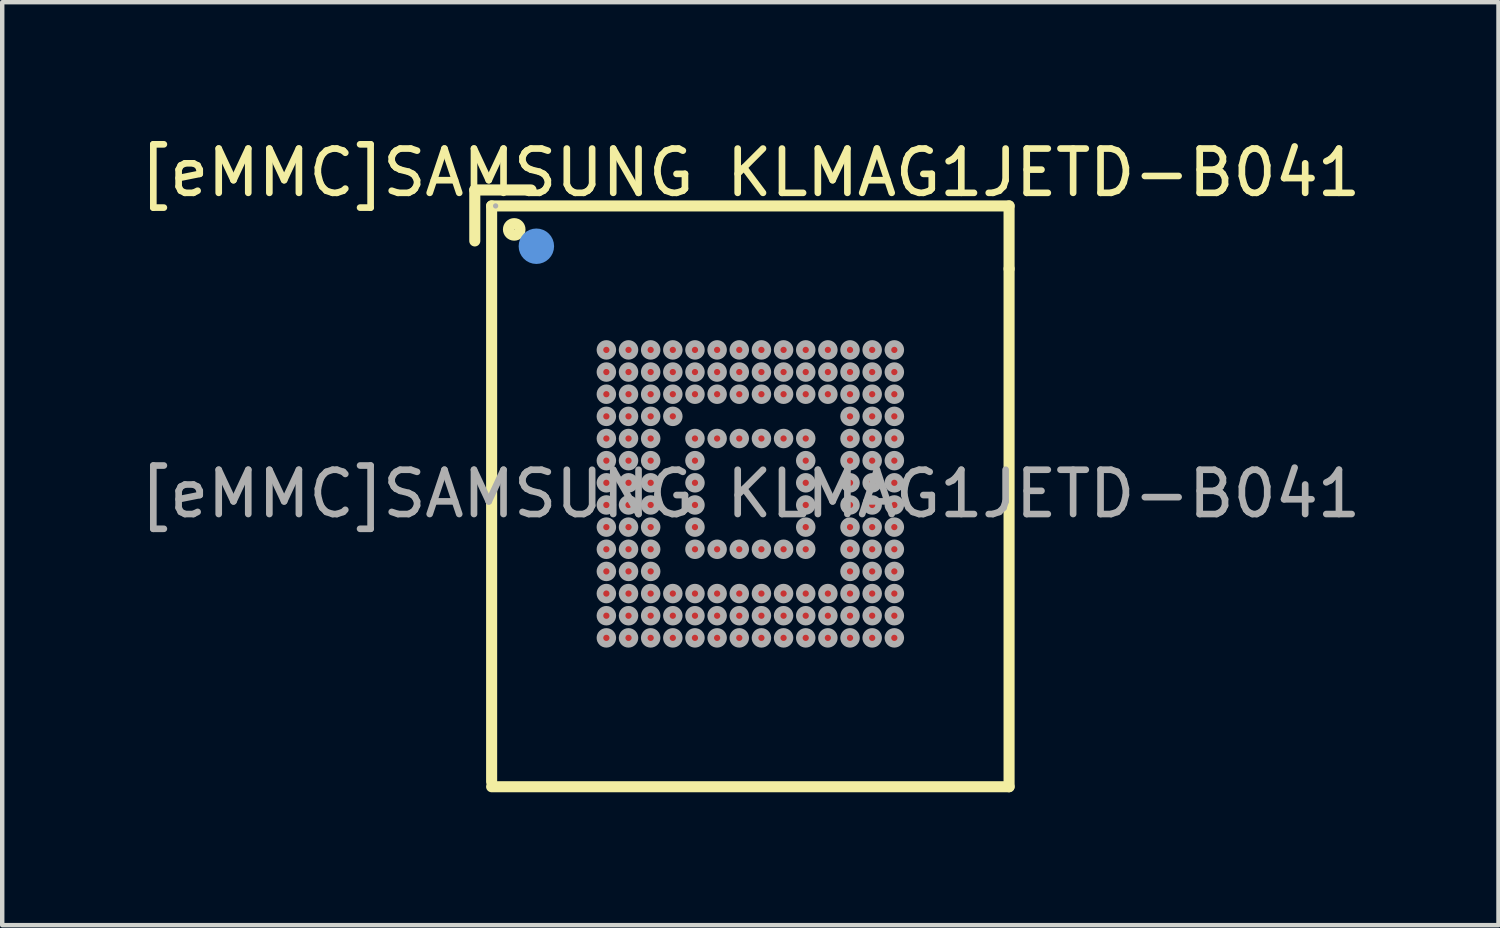
<source format=kicad_pcb>
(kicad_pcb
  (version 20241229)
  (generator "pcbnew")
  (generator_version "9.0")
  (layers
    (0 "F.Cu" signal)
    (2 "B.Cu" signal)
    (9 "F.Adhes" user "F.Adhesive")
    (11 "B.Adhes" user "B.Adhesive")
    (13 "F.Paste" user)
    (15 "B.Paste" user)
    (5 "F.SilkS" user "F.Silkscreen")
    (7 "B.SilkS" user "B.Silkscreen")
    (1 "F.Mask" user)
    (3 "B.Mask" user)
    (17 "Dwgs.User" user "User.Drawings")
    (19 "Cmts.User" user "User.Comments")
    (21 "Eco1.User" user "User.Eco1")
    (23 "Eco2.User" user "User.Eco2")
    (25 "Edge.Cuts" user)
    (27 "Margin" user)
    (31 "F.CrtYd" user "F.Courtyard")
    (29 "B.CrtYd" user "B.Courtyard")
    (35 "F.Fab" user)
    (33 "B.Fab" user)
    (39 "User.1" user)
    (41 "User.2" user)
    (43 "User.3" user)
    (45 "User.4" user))
  (footprint "[eMMC]SAMSUNG KLMAG1JETD-B041"
    (layer "F.Cu")
    (at 13.887 8.098)
    (property "Reference" "[eMMC]SAMSUNG KLMAG1JETD-B041" (at 0 -7.25 0) (layer "F.SilkS") (effects (font (size 1 1) (thickness 0.15))))
    (attr smd)
    (fp_line (start -6.22 -6.86) (end -6.22 -5.71) (stroke (width 0.25) (type solid)) (layer "F.SilkS"))
    (fp_line (start -5.84 -6.5) (end 5.84 -6.5) (stroke (width 0.25) (type solid)) (layer "F.SilkS"))
    (fp_line (start -5.84 6.5) (end -5.84 -6.5) (stroke (width 0.25) (type solid)) (layer "F.SilkS"))
    (fp_line (start -5.84 6.61) (end 5.84 6.61) (stroke (width 0.25) (type solid)) (layer "F.SilkS"))
    (fp_line (start -4.95 -6.86) (end -6.22 -6.86) (stroke (width 0.25) (type solid)) (layer "F.SilkS"))
    (fp_line (start 5.84 -6.5) (end 5.84 -5.08) (stroke (width 0.25) (type solid)) (layer "F.SilkS"))
    (fp_line (start 5.84 6.61) (end 5.84 -5.08) (stroke (width 0.25) (type solid)) (layer "F.SilkS"))
    (fp_circle (center -5.33 -5.97) (end -5.2 -5.97) (stroke (width 0.25) (type solid)) (fill no) (layer "F.SilkS"))
    (fp_circle (center -4.83 -5.59) (end -4.63 -5.59) (stroke (width 0.4) (type solid)) (fill no) (layer "Cmts.User"))
    (fp_circle (center -5.75 -6.5) (end -5.72 -6.5) (stroke (width 0.06) (type solid)) (fill no) (layer "F.Fab"))
    (fp_circle (center -3.25 -3.25) (end -3.18 -3.25) (stroke (width 0.15) (type solid)) (fill no) (layer "F.Fab"))
    (fp_circle (center -3.25 -2.75) (end -3.18 -2.75) (stroke (width 0.15) (type solid)) (fill no) (layer "F.Fab"))
    (fp_circle (center -3.25 -2.25) (end -3.18 -2.25) (stroke (width 0.15) (type solid)) (fill no) (layer "F.Fab"))
    (fp_circle (center -3.25 -1.75) (end -3.18 -1.75) (stroke (width 0.15) (type solid)) (fill no) (layer "F.Fab"))
    (fp_circle (center -3.25 -1.25) (end -3.18 -1.25) (stroke (width 0.15) (type solid)) (fill no) (layer "F.Fab"))
    (fp_circle (center -3.25 -0.75) (end -3.18 -0.75) (stroke (width 0.15) (type solid)) (fill no) (layer "F.Fab"))
    (fp_circle (center -3.25 -0.25) (end -3.18 -0.25) (stroke (width 0.15) (type solid)) (fill no) (layer "F.Fab"))
    (fp_circle (center -3.25 0.25) (end -3.18 0.25) (stroke (width 0.15) (type solid)) (fill no) (layer "F.Fab"))
    (fp_circle (center -3.25 0.75) (end -3.18 0.75) (stroke (width 0.15) (type solid)) (fill no) (layer "F.Fab"))
    (fp_circle (center -3.25 1.25) (end -3.18 1.25) (stroke (width 0.15) (type solid)) (fill no) (layer "F.Fab"))
    (fp_circle (center -3.25 1.75) (end -3.18 1.75) (stroke (width 0.15) (type solid)) (fill no) (layer "F.Fab"))
    (fp_circle (center -3.25 2.25) (end -3.18 2.25) (stroke (width 0.15) (type solid)) (fill no) (layer "F.Fab"))
    (fp_circle (center -3.25 2.75) (end -3.18 2.75) (stroke (width 0.15) (type solid)) (fill no) (layer "F.Fab"))
    (fp_circle (center -3.25 3.25) (end -3.18 3.25) (stroke (width 0.15) (type solid)) (fill no) (layer "F.Fab"))
    (fp_circle (center -2.75 -3.25) (end -2.68 -3.25) (stroke (width 0.15) (type solid)) (fill no) (layer "F.Fab"))
    (fp_circle (center -2.75 -2.75) (end -2.68 -2.75) (stroke (width 0.15) (type solid)) (fill no) (layer "F.Fab"))
    (fp_circle (center -2.75 -2.25) (end -2.68 -2.25) (stroke (width 0.15) (type solid)) (fill no) (layer "F.Fab"))
    (fp_circle (center -2.75 -1.75) (end -2.68 -1.75) (stroke (width 0.15) (type solid)) (fill no) (layer "F.Fab"))
    (fp_circle (center -2.75 -1.25) (end -2.68 -1.25) (stroke (width 0.15) (type solid)) (fill no) (layer "F.Fab"))
    (fp_circle (center -2.75 -0.75) (end -2.68 -0.75) (stroke (width 0.15) (type solid)) (fill no) (layer "F.Fab"))
    (fp_circle (center -2.75 -0.25) (end -2.68 -0.25) (stroke (width 0.15) (type solid)) (fill no) (layer "F.Fab"))
    (fp_circle (center -2.75 0.25) (end -2.68 0.25) (stroke (width 0.15) (type solid)) (fill no) (layer "F.Fab"))
    (fp_circle (center -2.75 0.75) (end -2.68 0.75) (stroke (width 0.15) (type solid)) (fill no) (layer "F.Fab"))
    (fp_circle (center -2.75 1.25) (end -2.68 1.25) (stroke (width 0.15) (type solid)) (fill no) (layer "F.Fab"))
    (fp_circle (center -2.75 1.75) (end -2.68 1.75) (stroke (width 0.15) (type solid)) (fill no) (layer "F.Fab"))
    (fp_circle (center -2.75 2.25) (end -2.68 2.25) (stroke (width 0.15) (type solid)) (fill no) (layer "F.Fab"))
    (fp_circle (center -2.75 2.75) (end -2.68 2.75) (stroke (width 0.15) (type solid)) (fill no) (layer "F.Fab"))
    (fp_circle (center -2.75 3.25) (end -2.68 3.25) (stroke (width 0.15) (type solid)) (fill no) (layer "F.Fab"))
    (fp_circle (center -2.25 -3.25) (end -2.18 -3.25) (stroke (width 0.15) (type solid)) (fill no) (layer "F.Fab"))
    (fp_circle (center -2.25 -2.75) (end -2.18 -2.75) (stroke (width 0.15) (type solid)) (fill no) (layer "F.Fab"))
    (fp_circle (center -2.25 -2.25) (end -2.18 -2.25) (stroke (width 0.15) (type solid)) (fill no) (layer "F.Fab"))
    (fp_circle (center -2.25 -1.75) (end -2.18 -1.75) (stroke (width 0.15) (type solid)) (fill no) (layer "F.Fab"))
    (fp_circle (center -2.25 -1.25) (end -2.18 -1.25) (stroke (width 0.15) (type solid)) (fill no) (layer "F.Fab"))
    (fp_circle (center -2.25 -0.75) (end -2.18 -0.75) (stroke (width 0.15) (type solid)) (fill no) (layer "F.Fab"))
    (fp_circle (center -2.25 -0.25) (end -2.18 -0.25) (stroke (width 0.15) (type solid)) (fill no) (layer "F.Fab"))
    (fp_circle (center -2.25 0.25) (end -2.18 0.25) (stroke (width 0.15) (type solid)) (fill no) (layer "F.Fab"))
    (fp_circle (center -2.25 0.75) (end -2.18 0.75) (stroke (width 0.15) (type solid)) (fill no) (layer "F.Fab"))
    (fp_circle (center -2.25 1.25) (end -2.18 1.25) (stroke (width 0.15) (type solid)) (fill no) (layer "F.Fab"))
    (fp_circle (center -2.25 1.75) (end -2.18 1.75) (stroke (width 0.15) (type solid)) (fill no) (layer "F.Fab"))
    (fp_circle (center -2.25 2.25) (end -2.18 2.25) (stroke (width 0.15) (type solid)) (fill no) (layer "F.Fab"))
    (fp_circle (center -2.25 2.75) (end -2.18 2.75) (stroke (width 0.15) (type solid)) (fill no) (layer "F.Fab"))
    (fp_circle (center -2.25 3.25) (end -2.18 3.25) (stroke (width 0.15) (type solid)) (fill no) (layer "F.Fab"))
    (fp_circle (center -1.75 -3.25) (end -1.68 -3.25) (stroke (width 0.15) (type solid)) (fill no) (layer "F.Fab"))
    (fp_circle (center -1.75 -2.75) (end -1.68 -2.75) (stroke (width 0.15) (type solid)) (fill no) (layer "F.Fab"))
    (fp_circle (center -1.75 -2.25) (end -1.68 -2.25) (stroke (width 0.15) (type solid)) (fill no) (layer "F.Fab"))
    (fp_circle (center -1.75 -1.75) (end -1.68 -1.75) (stroke (width 0.15) (type solid)) (fill no) (layer "F.Fab"))
    (fp_circle (center -1.75 2.25) (end -1.68 2.25) (stroke (width 0.15) (type solid)) (fill no) (layer "F.Fab"))
    (fp_circle (center -1.75 2.75) (end -1.68 2.75) (stroke (width 0.15) (type solid)) (fill no) (layer "F.Fab"))
    (fp_circle (center -1.75 3.25) (end -1.68 3.25) (stroke (width 0.15) (type solid)) (fill no) (layer "F.Fab"))
    (fp_circle (center -1.25 -3.25) (end -1.18 -3.25) (stroke (width 0.15) (type solid)) (fill no) (layer "F.Fab"))
    (fp_circle (center -1.25 -2.75) (end -1.18 -2.75) (stroke (width 0.15) (type solid)) (fill no) (layer "F.Fab"))
    (fp_circle (center -1.25 -2.25) (end -1.18 -2.25) (stroke (width 0.15) (type solid)) (fill no) (layer "F.Fab"))
    (fp_circle (center -1.25 -1.25) (end -1.18 -1.25) (stroke (width 0.15) (type solid)) (fill no) (layer "F.Fab"))
    (fp_circle (center -1.25 -0.75) (end -1.18 -0.75) (stroke (width 0.15) (type solid)) (fill no) (layer "F.Fab"))
    (fp_circle (center -1.25 -0.25) (end -1.18 -0.25) (stroke (width 0.15) (type solid)) (fill no) (layer "F.Fab"))
    (fp_circle (center -1.25 0.25) (end -1.18 0.25) (stroke (width 0.15) (type solid)) (fill no) (layer "F.Fab"))
    (fp_circle (center -1.25 0.75) (end -1.18 0.75) (stroke (width 0.15) (type solid)) (fill no) (layer "F.Fab"))
    (fp_circle (center -1.25 1.25) (end -1.18 1.25) (stroke (width 0.15) (type solid)) (fill no) (layer "F.Fab"))
    (fp_circle (center -1.25 2.25) (end -1.18 2.25) (stroke (width 0.15) (type solid)) (fill no) (layer "F.Fab"))
    (fp_circle (center -1.25 2.75) (end -1.18 2.75) (stroke (width 0.15) (type solid)) (fill no) (layer "F.Fab"))
    (fp_circle (center -1.25 3.25) (end -1.18 3.25) (stroke (width 0.15) (type solid)) (fill no) (layer "F.Fab"))
    (fp_circle (center -0.75 -3.25) (end -0.68 -3.25) (stroke (width 0.15) (type solid)) (fill no) (layer "F.Fab"))
    (fp_circle (center -0.75 -2.75) (end -0.68 -2.75) (stroke (width 0.15) (type solid)) (fill no) (layer "F.Fab"))
    (fp_circle (center -0.75 -2.25) (end -0.68 -2.25) (stroke (width 0.15) (type solid)) (fill no) (layer "F.Fab"))
    (fp_circle (center -0.75 -1.25) (end -0.68 -1.25) (stroke (width 0.15) (type solid)) (fill no) (layer "F.Fab"))
    (fp_circle (center -0.75 1.25) (end -0.68 1.25) (stroke (width 0.15) (type solid)) (fill no) (layer "F.Fab"))
    (fp_circle (center -0.75 2.25) (end -0.68 2.25) (stroke (width 0.15) (type solid)) (fill no) (layer "F.Fab"))
    (fp_circle (center -0.75 2.75) (end -0.68 2.75) (stroke (width 0.15) (type solid)) (fill no) (layer "F.Fab"))
    (fp_circle (center -0.75 3.25) (end -0.68 3.25) (stroke (width 0.15) (type solid)) (fill no) (layer "F.Fab"))
    (fp_circle (center -0.25 -3.25) (end -0.18 -3.25) (stroke (width 0.15) (type solid)) (fill no) (layer "F.Fab"))
    (fp_circle (center -0.25 -2.75) (end -0.18 -2.75) (stroke (width 0.15) (type solid)) (fill no) (layer "F.Fab"))
    (fp_circle (center -0.25 -2.25) (end -0.18 -2.25) (stroke (width 0.15) (type solid)) (fill no) (layer "F.Fab"))
    (fp_circle (center -0.25 -1.25) (end -0.18 -1.25) (stroke (width 0.15) (type solid)) (fill no) (layer "F.Fab"))
    (fp_circle (center -0.25 1.25) (end -0.18 1.25) (stroke (width 0.15) (type solid)) (fill no) (layer "F.Fab"))
    (fp_circle (center -0.25 2.25) (end -0.18 2.25) (stroke (width 0.15) (type solid)) (fill no) (layer "F.Fab"))
    (fp_circle (center -0.25 2.75) (end -0.18 2.75) (stroke (width 0.15) (type solid)) (fill no) (layer "F.Fab"))
    (fp_circle (center -0.25 3.25) (end -0.18 3.25) (stroke (width 0.15) (type solid)) (fill no) (layer "F.Fab"))
    (fp_circle (center 0.25 -3.25) (end 0.32 -3.25) (stroke (width 0.15) (type solid)) (fill no) (layer "F.Fab"))
    (fp_circle (center 0.25 -2.75) (end 0.32 -2.75) (stroke (width 0.15) (type solid)) (fill no) (layer "F.Fab"))
    (fp_circle (center 0.25 -2.25) (end 0.32 -2.25) (stroke (width 0.15) (type solid)) (fill no) (layer "F.Fab"))
    (fp_circle (center 0.25 -1.25) (end 0.32 -1.25) (stroke (width 0.15) (type solid)) (fill no) (layer "F.Fab"))
    (fp_circle (center 0.25 1.25) (end 0.32 1.25) (stroke (width 0.15) (type solid)) (fill no) (layer "F.Fab"))
    (fp_circle (center 0.25 2.25) (end 0.32 2.25) (stroke (width 0.15) (type solid)) (fill no) (layer "F.Fab"))
    (fp_circle (center 0.25 2.75) (end 0.32 2.75) (stroke (width 0.15) (type solid)) (fill no) (layer "F.Fab"))
    (fp_circle (center 0.25 3.25) (end 0.32 3.25) (stroke (width 0.15) (type solid)) (fill no) (layer "F.Fab"))
    (fp_circle (center 0.75 -3.25) (end 0.82 -3.25) (stroke (width 0.15) (type solid)) (fill no) (layer "F.Fab"))
    (fp_circle (center 0.75 -2.75) (end 0.82 -2.75) (stroke (width 0.15) (type solid)) (fill no) (layer "F.Fab"))
    (fp_circle (center 0.75 -2.25) (end 0.82 -2.25) (stroke (width 0.15) (type solid)) (fill no) (layer "F.Fab"))
    (fp_circle (center 0.75 -1.25) (end 0.82 -1.25) (stroke (width 0.15) (type solid)) (fill no) (layer "F.Fab"))
    (fp_circle (center 0.75 1.25) (end 0.82 1.25) (stroke (width 0.15) (type solid)) (fill no) (layer "F.Fab"))
    (fp_circle (center 0.75 2.25) (end 0.82 2.25) (stroke (width 0.15) (type solid)) (fill no) (layer "F.Fab"))
    (fp_circle (center 0.75 2.75) (end 0.82 2.75) (stroke (width 0.15) (type solid)) (fill no) (layer "F.Fab"))
    (fp_circle (center 0.75 3.25) (end 0.82 3.25) (stroke (width 0.15) (type solid)) (fill no) (layer "F.Fab"))
    (fp_circle (center 1.25 -3.25) (end 1.32 -3.25) (stroke (width 0.15) (type solid)) (fill no) (layer "F.Fab"))
    (fp_circle (center 1.25 -2.75) (end 1.32 -2.75) (stroke (width 0.15) (type solid)) (fill no) (layer "F.Fab"))
    (fp_circle (center 1.25 -2.25) (end 1.32 -2.25) (stroke (width 0.15) (type solid)) (fill no) (layer "F.Fab"))
    (fp_circle (center 1.25 -1.25) (end 1.32 -1.25) (stroke (width 0.15) (type solid)) (fill no) (layer "F.Fab"))
    (fp_circle (center 1.25 -0.75) (end 1.32 -0.75) (stroke (width 0.15) (type solid)) (fill no) (layer "F.Fab"))
    (fp_circle (center 1.25 -0.25) (end 1.32 -0.25) (stroke (width 0.15) (type solid)) (fill no) (layer "F.Fab"))
    (fp_circle (center 1.25 0.25) (end 1.32 0.25) (stroke (width 0.15) (type solid)) (fill no) (layer "F.Fab"))
    (fp_circle (center 1.25 0.75) (end 1.32 0.75) (stroke (width 0.15) (type solid)) (fill no) (layer "F.Fab"))
    (fp_circle (center 1.25 1.25) (end 1.32 1.25) (stroke (width 0.15) (type solid)) (fill no) (layer "F.Fab"))
    (fp_circle (center 1.25 2.25) (end 1.32 2.25) (stroke (width 0.15) (type solid)) (fill no) (layer "F.Fab"))
    (fp_circle (center 1.25 2.75) (end 1.32 2.75) (stroke (width 0.15) (type solid)) (fill no) (layer "F.Fab"))
    (fp_circle (center 1.25 3.25) (end 1.32 3.25) (stroke (width 0.15) (type solid)) (fill no) (layer "F.Fab"))
    (fp_circle (center 1.75 -3.25) (end 1.82 -3.25) (stroke (width 0.15) (type solid)) (fill no) (layer "F.Fab"))
    (fp_circle (center 1.75 -2.75) (end 1.82 -2.75) (stroke (width 0.15) (type solid)) (fill no) (layer "F.Fab"))
    (fp_circle (center 1.75 -2.25) (end 1.82 -2.25) (stroke (width 0.15) (type solid)) (fill no) (layer "F.Fab"))
    (fp_circle (center 1.75 2.25) (end 1.82 2.25) (stroke (width 0.15) (type solid)) (fill no) (layer "F.Fab"))
    (fp_circle (center 1.75 2.75) (end 1.82 2.75) (stroke (width 0.15) (type solid)) (fill no) (layer "F.Fab"))
    (fp_circle (center 1.75 3.25) (end 1.82 3.25) (stroke (width 0.15) (type solid)) (fill no) (layer "F.Fab"))
    (fp_circle (center 2.25 -3.25) (end 2.32 -3.25) (stroke (width 0.15) (type solid)) (fill no) (layer "F.Fab"))
    (fp_circle (center 2.25 -2.75) (end 2.32 -2.75) (stroke (width 0.15) (type solid)) (fill no) (layer "F.Fab"))
    (fp_circle (center 2.25 -2.25) (end 2.32 -2.25) (stroke (width 0.15) (type solid)) (fill no) (layer "F.Fab"))
    (fp_circle (center 2.25 -1.75) (end 2.32 -1.75) (stroke (width 0.15) (type solid)) (fill no) (layer "F.Fab"))
    (fp_circle (center 2.25 -1.25) (end 2.32 -1.25) (stroke (width 0.15) (type solid)) (fill no) (layer "F.Fab"))
    (fp_circle (center 2.25 -0.75) (end 2.32 -0.75) (stroke (width 0.15) (type solid)) (fill no) (layer "F.Fab"))
    (fp_circle (center 2.25 -0.25) (end 2.32 -0.25) (stroke (width 0.15) (type solid)) (fill no) (layer "F.Fab"))
    (fp_circle (center 2.25 0.25) (end 2.32 0.25) (stroke (width 0.15) (type solid)) (fill no) (layer "F.Fab"))
    (fp_circle (center 2.25 0.75) (end 2.32 0.75) (stroke (width 0.15) (type solid)) (fill no) (layer "F.Fab"))
    (fp_circle (center 2.25 1.25) (end 2.32 1.25) (stroke (width 0.15) (type solid)) (fill no) (layer "F.Fab"))
    (fp_circle (center 2.25 1.75) (end 2.32 1.75) (stroke (width 0.15) (type solid)) (fill no) (layer "F.Fab"))
    (fp_circle (center 2.25 2.25) (end 2.32 2.25) (stroke (width 0.15) (type solid)) (fill no) (layer "F.Fab"))
    (fp_circle (center 2.25 2.75) (end 2.32 2.75) (stroke (width 0.15) (type solid)) (fill no) (layer "F.Fab"))
    (fp_circle (center 2.25 3.25) (end 2.32 3.25) (stroke (width 0.15) (type solid)) (fill no) (layer "F.Fab"))
    (fp_circle (center 2.75 -3.25) (end 2.82 -3.25) (stroke (width 0.15) (type solid)) (fill no) (layer "F.Fab"))
    (fp_circle (center 2.75 -2.75) (end 2.82 -2.75) (stroke (width 0.15) (type solid)) (fill no) (layer "F.Fab"))
    (fp_circle (center 2.75 -2.25) (end 2.82 -2.25) (stroke (width 0.15) (type solid)) (fill no) (layer "F.Fab"))
    (fp_circle (center 2.75 -1.75) (end 2.82 -1.75) (stroke (width 0.15) (type solid)) (fill no) (layer "F.Fab"))
    (fp_circle (center 2.75 -1.25) (end 2.82 -1.25) (stroke (width 0.15) (type solid)) (fill no) (layer "F.Fab"))
    (fp_circle (center 2.75 -0.75) (end 2.82 -0.75) (stroke (width 0.15) (type solid)) (fill no) (layer "F.Fab"))
    (fp_circle (center 2.75 -0.25) (end 2.82 -0.25) (stroke (width 0.15) (type solid)) (fill no) (layer "F.Fab"))
    (fp_circle (center 2.75 0.25) (end 2.82 0.25) (stroke (width 0.15) (type solid)) (fill no) (layer "F.Fab"))
    (fp_circle (center 2.75 0.75) (end 2.82 0.75) (stroke (width 0.15) (type solid)) (fill no) (layer "F.Fab"))
    (fp_circle (center 2.75 1.25) (end 2.82 1.25) (stroke (width 0.15) (type solid)) (fill no) (layer "F.Fab"))
    (fp_circle (center 2.75 1.75) (end 2.82 1.75) (stroke (width 0.15) (type solid)) (fill no) (layer "F.Fab"))
    (fp_circle (center 2.75 2.25) (end 2.82 2.25) (stroke (width 0.15) (type solid)) (fill no) (layer "F.Fab"))
    (fp_circle (center 2.75 2.75) (end 2.82 2.75) (stroke (width 0.15) (type solid)) (fill no) (layer "F.Fab"))
    (fp_circle (center 2.75 3.25) (end 2.82 3.25) (stroke (width 0.15) (type solid)) (fill no) (layer "F.Fab"))
    (fp_circle (center 3.25 -3.25) (end 3.32 -3.25) (stroke (width 0.15) (type solid)) (fill no) (layer "F.Fab"))
    (fp_circle (center 3.25 -2.75) (end 3.32 -2.75) (stroke (width 0.15) (type solid)) (fill no) (layer "F.Fab"))
    (fp_circle (center 3.25 -2.25) (end 3.32 -2.25) (stroke (width 0.15) (type solid)) (fill no) (layer "F.Fab"))
    (fp_circle (center 3.25 -1.75) (end 3.32 -1.75) (stroke (width 0.15) (type solid)) (fill no) (layer "F.Fab"))
    (fp_circle (center 3.25 -1.25) (end 3.32 -1.25) (stroke (width 0.15) (type solid)) (fill no) (layer "F.Fab"))
    (fp_circle (center 3.25 -0.75) (end 3.32 -0.75) (stroke (width 0.15) (type solid)) (fill no) (layer "F.Fab"))
    (fp_circle (center 3.25 -0.25) (end 3.32 -0.25) (stroke (width 0.15) (type solid)) (fill no) (layer "F.Fab"))
    (fp_circle (center 3.25 0.25) (end 3.32 0.25) (stroke (width 0.15) (type solid)) (fill no) (layer "F.Fab"))
    (fp_circle (center 3.25 0.75) (end 3.32 0.75) (stroke (width 0.15) (type solid)) (fill no) (layer "F.Fab"))
    (fp_circle (center 3.25 1.25) (end 3.32 1.25) (stroke (width 0.15) (type solid)) (fill no) (layer "F.Fab"))
    (fp_circle (center 3.25 1.75) (end 3.32 1.75) (stroke (width 0.15) (type solid)) (fill no) (layer "F.Fab"))
    (fp_circle (center 3.25 2.25) (end 3.32 2.25) (stroke (width 0.15) (type solid)) (fill no) (layer "F.Fab"))
    (fp_circle (center 3.25 2.75) (end 3.32 2.75) (stroke (width 0.15) (type solid)) (fill no) (layer "F.Fab"))
    (fp_circle (center 3.25 3.25) (end 3.32 3.25) (stroke (width 0.15) (type solid)) (fill no) (layer "F.Fab"))
    (fp_text user "${REFERENCE}" (at 0 0 0) (layer "F.Fab") (effects (font (size 1 1) (thickness 0.15))))
    (pad "A1" smd circle (at -3.25 -3.25) (size 0.25 0.25) (layers "F.Cu" "F.Mask" "F.Paste"))
    (pad "A2" smd circle (at -2.75 -3.25) (size 0.25 0.25) (layers "F.Cu" "F.Mask" "F.Paste"))
    (pad "A3" smd circle (at -2.25 -3.25) (size 0.25 0.25) (layers "F.Cu" "F.Mask" "F.Paste"))
    (pad "A4" smd circle (at -1.75 -3.25) (size 0.25 0.25) (layers "F.Cu" "F.Mask" "F.Paste"))
    (pad "A5" smd circle (at -1.25 -3.25) (size 0.25 0.25) (layers "F.Cu" "F.Mask" "F.Paste"))
    (pad "A6" smd circle (at -0.75 -3.25) (size 0.25 0.25) (layers "F.Cu" "F.Mask" "F.Paste"))
    (pad "A7" smd circle (at -0.25 -3.25) (size 0.25 0.25) (layers "F.Cu" "F.Mask" "F.Paste"))
    (pad "A8" smd circle (at 0.25 -3.25) (size 0.25 0.25) (layers "F.Cu" "F.Mask" "F.Paste"))
    (pad "A9" smd circle (at 0.75 -3.25) (size 0.25 0.25) (layers "F.Cu" "F.Mask" "F.Paste"))
    (pad "A10" smd circle (at 1.25 -3.25) (size 0.25 0.25) (layers "F.Cu" "F.Mask" "F.Paste"))
    (pad "A11" smd circle (at 1.75 -3.25) (size 0.25 0.25) (layers "F.Cu" "F.Mask" "F.Paste"))
    (pad "A12" smd circle (at 2.25 -3.25) (size 0.25 0.25) (layers "F.Cu" "F.Mask" "F.Paste"))
    (pad "A13" smd circle (at 2.75 -3.25) (size 0.25 0.25) (layers "F.Cu" "F.Mask" "F.Paste"))
    (pad "A14" smd circle (at 3.25 -3.25) (size 0.25 0.25) (layers "F.Cu" "F.Mask" "F.Paste"))
    (pad "B1" smd circle (at -3.25 -2.75) (size 0.25 0.25) (layers "F.Cu" "F.Mask" "F.Paste"))
    (pad "B2" smd circle (at -2.75 -2.75) (size 0.25 0.25) (layers "F.Cu" "F.Mask" "F.Paste"))
    (pad "B3" smd circle (at -2.25 -2.75) (size 0.25 0.25) (layers "F.Cu" "F.Mask" "F.Paste"))
    (pad "B4" smd circle (at -1.75 -2.75) (size 0.25 0.25) (layers "F.Cu" "F.Mask" "F.Paste"))
    (pad "B5" smd circle (at -1.25 -2.75) (size 0.25 0.25) (layers "F.Cu" "F.Mask" "F.Paste"))
    (pad "B6" smd circle (at -0.75 -2.75) (size 0.25 0.25) (layers "F.Cu" "F.Mask" "F.Paste"))
    (pad "B7" smd circle (at -0.25 -2.75) (size 0.25 0.25) (layers "F.Cu" "F.Mask" "F.Paste"))
    (pad "B8" smd circle (at 0.25 -2.75) (size 0.25 0.25) (layers "F.Cu" "F.Mask" "F.Paste"))
    (pad "B9" smd circle (at 0.75 -2.75) (size 0.25 0.25) (layers "F.Cu" "F.Mask" "F.Paste"))
    (pad "B10" smd circle (at 1.25 -2.75) (size 0.25 0.25) (layers "F.Cu" "F.Mask" "F.Paste"))
    (pad "B11" smd circle (at 1.75 -2.75) (size 0.25 0.25) (layers "F.Cu" "F.Mask" "F.Paste"))
    (pad "B12" smd circle (at 2.25 -2.75) (size 0.25 0.25) (layers "F.Cu" "F.Mask" "F.Paste"))
    (pad "B13" smd circle (at 2.75 -2.75) (size 0.25 0.25) (layers "F.Cu" "F.Mask" "F.Paste"))
    (pad "B14" smd circle (at 3.25 -2.75) (size 0.25 0.25) (layers "F.Cu" "F.Mask" "F.Paste"))
    (pad "C1" smd circle (at -3.25 -2.25) (size 0.25 0.25) (layers "F.Cu" "F.Mask" "F.Paste"))
    (pad "C2" smd circle (at -2.75 -2.25) (size 0.25 0.25) (layers "F.Cu" "F.Mask" "F.Paste"))
    (pad "C3" smd circle (at -2.25 -2.25) (size 0.25 0.25) (layers "F.Cu" "F.Mask" "F.Paste"))
    (pad "C4" smd circle (at -1.75 -2.25) (size 0.25 0.25) (layers "F.Cu" "F.Mask" "F.Paste"))
    (pad "C5" smd circle (at -1.25 -2.25) (size 0.25 0.25) (layers "F.Cu" "F.Mask" "F.Paste"))
    (pad "C6" smd circle (at -0.75 -2.25) (size 0.25 0.25) (layers "F.Cu" "F.Mask" "F.Paste"))
    (pad "C7" smd circle (at -0.25 -2.25) (size 0.25 0.25) (layers "F.Cu" "F.Mask" "F.Paste"))
    (pad "C8" smd circle (at 0.25 -2.25) (size 0.25 0.25) (layers "F.Cu" "F.Mask" "F.Paste"))
    (pad "C9" smd circle (at 0.75 -2.25) (size 0.25 0.25) (layers "F.Cu" "F.Mask" "F.Paste"))
    (pad "C10" smd circle (at 1.25 -2.25) (size 0.25 0.25) (layers "F.Cu" "F.Mask" "F.Paste"))
    (pad "C11" smd circle (at 1.75 -2.25) (size 0.25 0.25) (layers "F.Cu" "F.Mask" "F.Paste"))
    (pad "C12" smd circle (at 2.25 -2.25) (size 0.25 0.25) (layers "F.Cu" "F.Mask" "F.Paste"))
    (pad "C13" smd circle (at 2.75 -2.25) (size 0.25 0.25) (layers "F.Cu" "F.Mask" "F.Paste"))
    (pad "C14" smd circle (at 3.25 -2.25) (size 0.25 0.25) (layers "F.Cu" "F.Mask" "F.Paste"))
    (pad "D1" smd circle (at -3.25 -1.75) (size 0.25 0.25) (layers "F.Cu" "F.Mask" "F.Paste"))
    (pad "D2" smd circle (at -2.75 -1.75) (size 0.25 0.25) (layers "F.Cu" "F.Mask" "F.Paste"))
    (pad "D3" smd circle (at -2.25 -1.75) (size 0.25 0.25) (layers "F.Cu" "F.Mask" "F.Paste"))
    (pad "D4" smd circle (at -1.75 -1.75) (size 0.25 0.25) (layers "F.Cu" "F.Mask" "F.Paste"))
    (pad "D12" smd circle (at 2.25 -1.75) (size 0.25 0.25) (layers "F.Cu" "F.Mask" "F.Paste"))
    (pad "D13" smd circle (at 2.75 -1.75) (size 0.25 0.25) (layers "F.Cu" "F.Mask" "F.Paste"))
    (pad "D14" smd circle (at 3.25 -1.75) (size 0.25 0.25) (layers "F.Cu" "F.Mask" "F.Paste"))
    (pad "E1" smd circle (at -3.25 -1.25) (size 0.25 0.25) (layers "F.Cu" "F.Mask" "F.Paste"))
    (pad "E2" smd circle (at -2.75 -1.25) (size 0.25 0.25) (layers "F.Cu" "F.Mask" "F.Paste"))
    (pad "E3" smd circle (at -2.25 -1.25) (size 0.25 0.25) (layers "F.Cu" "F.Mask" "F.Paste"))
    (pad "E5" smd circle (at -1.25 -1.25) (size 0.25 0.25) (layers "F.Cu" "F.Mask" "F.Paste"))
    (pad "E6" smd circle (at -0.75 -1.25) (size 0.25 0.25) (layers "F.Cu" "F.Mask" "F.Paste"))
    (pad "E7" smd circle (at -0.25 -1.25) (size 0.25 0.25) (layers "F.Cu" "F.Mask" "F.Paste"))
    (pad "E8" smd circle (at 0.25 -1.25) (size 0.25 0.25) (layers "F.Cu" "F.Mask" "F.Paste"))
    (pad "E9" smd circle (at 0.75 -1.25) (size 0.25 0.25) (layers "F.Cu" "F.Mask" "F.Paste"))
    (pad "E10" smd circle (at 1.25 -1.25) (size 0.25 0.25) (layers "F.Cu" "F.Mask" "F.Paste"))
    (pad "E12" smd circle (at 2.25 -1.25) (size 0.25 0.25) (layers "F.Cu" "F.Mask" "F.Paste"))
    (pad "E13" smd circle (at 2.75 -1.25) (size 0.25 0.25) (layers "F.Cu" "F.Mask" "F.Paste"))
    (pad "E14" smd circle (at 3.25 -1.25) (size 0.25 0.25) (layers "F.Cu" "F.Mask" "F.Paste"))
    (pad "F1" smd circle (at -3.25 -0.75) (size 0.25 0.25) (layers "F.Cu" "F.Mask" "F.Paste"))
    (pad "F2" smd circle (at -2.75 -0.75) (size 0.25 0.25) (layers "F.Cu" "F.Mask" "F.Paste"))
    (pad "F3" smd circle (at -2.25 -0.75) (size 0.25 0.25) (layers "F.Cu" "F.Mask" "F.Paste"))
    (pad "F5" smd circle (at -1.25 -0.75) (size 0.25 0.25) (layers "F.Cu" "F.Mask" "F.Paste"))
    (pad "F10" smd circle (at 1.25 -0.75) (size 0.25 0.25) (layers "F.Cu" "F.Mask" "F.Paste"))
    (pad "F12" smd circle (at 2.25 -0.75) (size 0.25 0.25) (layers "F.Cu" "F.Mask" "F.Paste"))
    (pad "F13" smd circle (at 2.75 -0.75) (size 0.25 0.25) (layers "F.Cu" "F.Mask" "F.Paste"))
    (pad "F14" smd circle (at 3.25 -0.75) (size 0.25 0.25) (layers "F.Cu" "F.Mask" "F.Paste"))
    (pad "G1" smd circle (at -3.25 -0.25) (size 0.25 0.25) (layers "F.Cu" "F.Mask" "F.Paste"))
    (pad "G2" smd circle (at -2.75 -0.25) (size 0.25 0.25) (layers "F.Cu" "F.Mask" "F.Paste"))
    (pad "G3" smd circle (at -2.25 -0.25) (size 0.25 0.25) (layers "F.Cu" "F.Mask" "F.Paste"))
    (pad "G5" smd circle (at -1.25 -0.25) (size 0.25 0.25) (layers "F.Cu" "F.Mask" "F.Paste"))
    (pad "G10" smd circle (at 1.25 -0.25) (size 0.25 0.25) (layers "F.Cu" "F.Mask" "F.Paste"))
    (pad "G12" smd circle (at 2.25 -0.25) (size 0.25 0.25) (layers "F.Cu" "F.Mask" "F.Paste"))
    (pad "G13" smd circle (at 2.75 -0.25) (size 0.25 0.25) (layers "F.Cu" "F.Mask" "F.Paste"))
    (pad "G14" smd circle (at 3.25 -0.25) (size 0.25 0.25) (layers "F.Cu" "F.Mask" "F.Paste"))
    (pad "H1" smd circle (at -3.25 0.25) (size 0.25 0.25) (layers "F.Cu" "F.Mask" "F.Paste"))
    (pad "H2" smd circle (at -2.75 0.25) (size 0.25 0.25) (layers "F.Cu" "F.Mask" "F.Paste"))
    (pad "H3" smd circle (at -2.25 0.25) (size 0.25 0.25) (layers "F.Cu" "F.Mask" "F.Paste"))
    (pad "H5" smd circle (at -1.25 0.25) (size 0.25 0.25) (layers "F.Cu" "F.Mask" "F.Paste"))
    (pad "H10" smd circle (at 1.25 0.25) (size 0.25 0.25) (layers "F.Cu" "F.Mask" "F.Paste"))
    (pad "H12" smd circle (at 2.25 0.25) (size 0.25 0.25) (layers "F.Cu" "F.Mask" "F.Paste"))
    (pad "H13" smd circle (at 2.75 0.25) (size 0.25 0.25) (layers "F.Cu" "F.Mask" "F.Paste"))
    (pad "H14" smd circle (at 3.25 0.25) (size 0.25 0.25) (layers "F.Cu" "F.Mask" "F.Paste"))
    (pad "J1" smd circle (at -3.25 0.75) (size 0.25 0.25) (layers "F.Cu" "F.Mask" "F.Paste"))
    (pad "J2" smd circle (at -2.75 0.75) (size 0.25 0.25) (layers "F.Cu" "F.Mask" "F.Paste"))
    (pad "J3" smd circle (at -2.25 0.75) (size 0.25 0.25) (layers "F.Cu" "F.Mask" "F.Paste"))
    (pad "J5" smd circle (at -1.25 0.75) (size 0.25 0.25) (layers "F.Cu" "F.Mask" "F.Paste"))
    (pad "J10" smd circle (at 1.25 0.75) (size 0.25 0.25) (layers "F.Cu" "F.Mask" "F.Paste"))
    (pad "J12" smd circle (at 2.25 0.75) (size 0.25 0.25) (layers "F.Cu" "F.Mask" "F.Paste"))
    (pad "J13" smd circle (at 2.75 0.75) (size 0.25 0.25) (layers "F.Cu" "F.Mask" "F.Paste"))
    (pad "J14" smd circle (at 3.25 0.75) (size 0.25 0.25) (layers "F.Cu" "F.Mask" "F.Paste"))
    (pad "K1" smd circle (at -3.25 1.25) (size 0.25 0.25) (layers "F.Cu" "F.Mask" "F.Paste"))
    (pad "K2" smd circle (at -2.75 1.25) (size 0.25 0.25) (layers "F.Cu" "F.Mask" "F.Paste"))
    (pad "K3" smd circle (at -2.25 1.25) (size 0.25 0.25) (layers "F.Cu" "F.Mask" "F.Paste"))
    (pad "K5" smd circle (at -1.25 1.25) (size 0.25 0.25) (layers "F.Cu" "F.Mask" "F.Paste"))
    (pad "K6" smd circle (at -0.75 1.25) (size 0.25 0.25) (layers "F.Cu" "F.Mask" "F.Paste"))
    (pad "K7" smd circle (at -0.25 1.25) (size 0.25 0.25) (layers "F.Cu" "F.Mask" "F.Paste"))
    (pad "K8" smd circle (at 0.25 1.25) (size 0.25 0.25) (layers "F.Cu" "F.Mask" "F.Paste"))
    (pad "K9" smd circle (at 0.75 1.25) (size 0.25 0.25) (layers "F.Cu" "F.Mask" "F.Paste"))
    (pad "K10" smd circle (at 1.25 1.25) (size 0.25 0.25) (layers "F.Cu" "F.Mask" "F.Paste"))
    (pad "K12" smd circle (at 2.25 1.25) (size 0.25 0.25) (layers "F.Cu" "F.Mask" "F.Paste"))
    (pad "K13" smd circle (at 2.75 1.25) (size 0.25 0.25) (layers "F.Cu" "F.Mask" "F.Paste"))
    (pad "K14" smd circle (at 3.25 1.25) (size 0.25 0.25) (layers "F.Cu" "F.Mask" "F.Paste"))
    (pad "L1" smd circle (at -3.25 1.75) (size 0.25 0.25) (layers "F.Cu" "F.Mask" "F.Paste"))
    (pad "L2" smd circle (at -2.75 1.75) (size 0.25 0.25) (layers "F.Cu" "F.Mask" "F.Paste"))
    (pad "L3" smd circle (at -2.25 1.75) (size 0.25 0.25) (layers "F.Cu" "F.Mask" "F.Paste"))
    (pad "L12" smd circle (at 2.25 1.75) (size 0.25 0.25) (layers "F.Cu" "F.Mask" "F.Paste"))
    (pad "L13" smd circle (at 2.75 1.75) (size 0.25 0.25) (layers "F.Cu" "F.Mask" "F.Paste"))
    (pad "L14" smd circle (at 3.25 1.75) (size 0.25 0.25) (layers "F.Cu" "F.Mask" "F.Paste"))
    (pad "M1" smd circle (at -3.25 2.25) (size 0.25 0.25) (layers "F.Cu" "F.Mask" "F.Paste"))
    (pad "M2" smd circle (at -2.75 2.25) (size 0.25 0.25) (layers "F.Cu" "F.Mask" "F.Paste"))
    (pad "M3" smd circle (at -2.25 2.25) (size 0.25 0.25) (layers "F.Cu" "F.Mask" "F.Paste"))
    (pad "M4" smd circle (at -1.75 2.25) (size 0.25 0.25) (layers "F.Cu" "F.Mask" "F.Paste"))
    (pad "M5" smd circle (at -1.25 2.25) (size 0.25 0.25) (layers "F.Cu" "F.Mask" "F.Paste"))
    (pad "M6" smd circle (at -0.75 2.25) (size 0.25 0.25) (layers "F.Cu" "F.Mask" "F.Paste"))
    (pad "M7" smd circle (at -0.25 2.25) (size 0.25 0.25) (layers "F.Cu" "F.Mask" "F.Paste"))
    (pad "M8" smd circle (at 0.25 2.25) (size 0.25 0.25) (layers "F.Cu" "F.Mask" "F.Paste"))
    (pad "M9" smd circle (at 0.75 2.25) (size 0.25 0.25) (layers "F.Cu" "F.Mask" "F.Paste"))
    (pad "M10" smd circle (at 1.25 2.25) (size 0.25 0.25) (layers "F.Cu" "F.Mask" "F.Paste"))
    (pad "M11" smd circle (at 1.75 2.25) (size 0.25 0.25) (layers "F.Cu" "F.Mask" "F.Paste"))
    (pad "M12" smd circle (at 2.25 2.25) (size 0.25 0.25) (layers "F.Cu" "F.Mask" "F.Paste"))
    (pad "M13" smd circle (at 2.75 2.25) (size 0.25 0.25) (layers "F.Cu" "F.Mask" "F.Paste"))
    (pad "M14" smd circle (at 3.25 2.25) (size 0.25 0.25) (layers "F.Cu" "F.Mask" "F.Paste"))
    (pad "N1" smd circle (at -3.25 2.75) (size 0.25 0.25) (layers "F.Cu" "F.Mask" "F.Paste"))
    (pad "N2" smd circle (at -2.75 2.75) (size 0.25 0.25) (layers "F.Cu" "F.Mask" "F.Paste"))
    (pad "N3" smd circle (at -2.25 2.75) (size 0.25 0.25) (layers "F.Cu" "F.Mask" "F.Paste"))
    (pad "N4" smd circle (at -1.75 2.75) (size 0.25 0.25) (layers "F.Cu" "F.Mask" "F.Paste"))
    (pad "N5" smd circle (at -1.25 2.75) (size 0.25 0.25) (layers "F.Cu" "F.Mask" "F.Paste"))
    (pad "N6" smd circle (at -0.75 2.75) (size 0.25 0.25) (layers "F.Cu" "F.Mask" "F.Paste"))
    (pad "N7" smd circle (at -0.25 2.75) (size 0.25 0.25) (layers "F.Cu" "F.Mask" "F.Paste"))
    (pad "N8" smd circle (at 0.25 2.75) (size 0.25 0.25) (layers "F.Cu" "F.Mask" "F.Paste"))
    (pad "N9" smd circle (at 0.75 2.75) (size 0.25 0.25) (layers "F.Cu" "F.Mask" "F.Paste"))
    (pad "N10" smd circle (at 1.25 2.75) (size 0.25 0.25) (layers "F.Cu" "F.Mask" "F.Paste"))
    (pad "N11" smd circle (at 1.75 2.75) (size 0.25 0.25) (layers "F.Cu" "F.Mask" "F.Paste"))
    (pad "N12" smd circle (at 2.25 2.75) (size 0.25 0.25) (layers "F.Cu" "F.Mask" "F.Paste"))
    (pad "N13" smd circle (at 2.75 2.75) (size 0.25 0.25) (layers "F.Cu" "F.Mask" "F.Paste"))
    (pad "N14" smd circle (at 3.25 2.75) (size 0.25 0.25) (layers "F.Cu" "F.Mask" "F.Paste"))
    (pad "P1" smd circle (at -3.25 3.25) (size 0.25 0.25) (layers "F.Cu" "F.Mask" "F.Paste"))
    (pad "P2" smd circle (at -2.75 3.25) (size 0.25 0.25) (layers "F.Cu" "F.Mask" "F.Paste"))
    (pad "P3" smd circle (at -2.25 3.25) (size 0.25 0.25) (layers "F.Cu" "F.Mask" "F.Paste"))
    (pad "P4" smd circle (at -1.75 3.25) (size 0.25 0.25) (layers "F.Cu" "F.Mask" "F.Paste"))
    (pad "P5" smd circle (at -1.25 3.25) (size 0.25 0.25) (layers "F.Cu" "F.Mask" "F.Paste"))
    (pad "P6" smd circle (at -0.75 3.25) (size 0.25 0.25) (layers "F.Cu" "F.Mask" "F.Paste"))
    (pad "P7" smd circle (at -0.25 3.25) (size 0.25 0.25) (layers "F.Cu" "F.Mask" "F.Paste"))
    (pad "P8" smd circle (at 0.25 3.25) (size 0.25 0.25) (layers "F.Cu" "F.Mask" "F.Paste"))
    (pad "P9" smd circle (at 0.75 3.25) (size 0.25 0.25) (layers "F.Cu" "F.Mask" "F.Paste"))
    (pad "P10" smd circle (at 1.25 3.25) (size 0.25 0.25) (layers "F.Cu" "F.Mask" "F.Paste"))
    (pad "P11" smd circle (at 1.75 3.25) (size 0.25 0.25) (layers "F.Cu" "F.Mask" "F.Paste"))
    (pad "P12" smd circle (at 2.25 3.25) (size 0.25 0.25) (layers "F.Cu" "F.Mask" "F.Paste"))
    (pad "P13" smd circle (at 2.75 3.25) (size 0.25 0.25) (layers "F.Cu" "F.Mask" "F.Paste"))
    (pad "P14" smd circle (at 3.25 3.25) (size 0.25 0.25) (layers "F.Cu" "F.Mask" "F.Paste")))
  (gr_rect
    (start -3 -3)
    (end 30.774 17.833)
    (stroke (width 0.1) (type default))
    (fill no)
    (layer "Edge.Cuts")))
</source>
